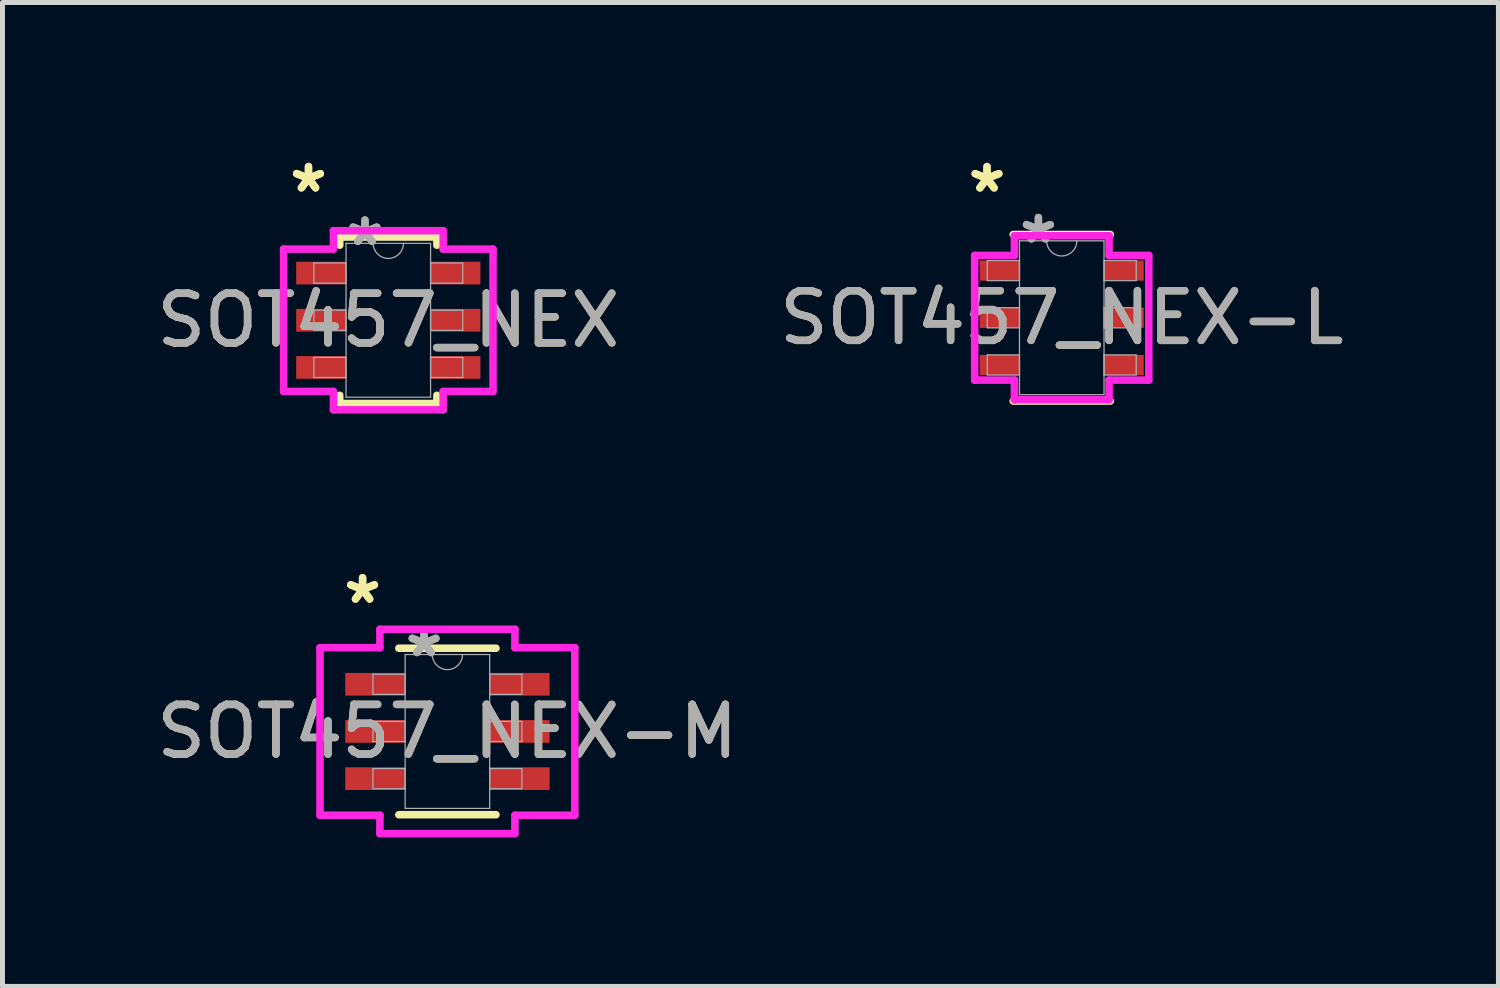
<source format=kicad_pcb>
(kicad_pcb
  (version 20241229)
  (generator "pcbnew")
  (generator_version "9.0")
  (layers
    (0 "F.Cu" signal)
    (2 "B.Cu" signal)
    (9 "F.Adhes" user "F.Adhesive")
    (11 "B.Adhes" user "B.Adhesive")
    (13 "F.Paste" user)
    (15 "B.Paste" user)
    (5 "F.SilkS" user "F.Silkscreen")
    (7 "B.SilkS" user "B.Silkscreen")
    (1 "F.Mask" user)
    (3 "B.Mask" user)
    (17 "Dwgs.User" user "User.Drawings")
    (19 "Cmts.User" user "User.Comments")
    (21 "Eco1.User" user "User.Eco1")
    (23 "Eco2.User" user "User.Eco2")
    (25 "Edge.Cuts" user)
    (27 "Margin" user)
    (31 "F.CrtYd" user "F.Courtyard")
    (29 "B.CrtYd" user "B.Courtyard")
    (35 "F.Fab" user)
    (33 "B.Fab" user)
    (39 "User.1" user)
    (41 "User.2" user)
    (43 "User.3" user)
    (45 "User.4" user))
  (footprint "SOT457_NEX"
    (layer "F.Cu")
    (at 4.768 3.398)
    (property "Reference" "SOT457_NEX" (at 0 0 0) (unlocked yes) (layer "F.SilkS") (effects (font (size 1 1) (thickness 0.15))))
    (attr smd)
    (fp_line (start -0.978 -1.676) (end -0.978 -1.511) (stroke (width 0.152) (type solid)) (layer "F.SilkS"))
    (fp_line (start -0.978 1.511) (end -0.978 1.676) (stroke (width 0.152) (type solid)) (layer "F.SilkS"))
    (fp_line (start -0.978 1.676) (end 0.978 1.676) (stroke (width 0.152) (type solid)) (layer "F.SilkS"))
    (fp_line (start 0.978 -1.676) (end -0.978 -1.676) (stroke (width 0.152) (type solid)) (layer "F.SilkS"))
    (fp_line (start 0.978 -1.511) (end 0.978 -1.676) (stroke (width 0.152) (type solid)) (layer "F.SilkS"))
    (fp_line (start 0.978 1.676) (end 0.978 1.511) (stroke (width 0.152) (type solid)) (layer "F.SilkS"))
    (fp_line (start -2.108 -1.433) (end -1.105 -1.433) (stroke (width 0.152) (type solid)) (layer "F.CrtYd"))
    (fp_line (start -2.108 1.433) (end -2.108 -1.433) (stroke (width 0.152) (type solid)) (layer "F.CrtYd"))
    (fp_line (start -2.108 1.433) (end -1.105 1.433) (stroke (width 0.152) (type solid)) (layer "F.CrtYd"))
    (fp_line (start -1.105 -1.803) (end 1.105 -1.803) (stroke (width 0.152) (type solid)) (layer "F.CrtYd"))
    (fp_line (start -1.105 -1.433) (end -1.105 -1.803) (stroke (width 0.152) (type solid)) (layer "F.CrtYd"))
    (fp_line (start -1.105 1.803) (end -1.105 1.433) (stroke (width 0.152) (type solid)) (layer "F.CrtYd"))
    (fp_line (start 1.105 -1.803) (end 1.105 -1.433) (stroke (width 0.152) (type solid)) (layer "F.CrtYd"))
    (fp_line (start 1.105 1.433) (end 1.105 1.803) (stroke (width 0.152) (type solid)) (layer "F.CrtYd"))
    (fp_line (start 1.105 1.803) (end -1.105 1.803) (stroke (width 0.152) (type solid)) (layer "F.CrtYd"))
    (fp_line (start 2.108 -1.433) (end 1.105 -1.433) (stroke (width 0.152) (type solid)) (layer "F.CrtYd"))
    (fp_line (start 2.108 -1.433) (end 2.108 1.433) (stroke (width 0.152) (type solid)) (layer "F.CrtYd"))
    (fp_line (start 2.108 1.433) (end 1.105 1.433) (stroke (width 0.152) (type solid)) (layer "F.CrtYd"))
    (fp_line (start -1.499 -1.153) (end -1.499 -0.747) (stroke (width 0.025) (type solid)) (layer "F.Fab"))
    (fp_line (start -1.499 -0.747) (end -0.851 -0.747) (stroke (width 0.025) (type solid)) (layer "F.Fab"))
    (fp_line (start -1.499 -0.203) (end -1.499 0.203) (stroke (width 0.025) (type solid)) (layer "F.Fab"))
    (fp_line (start -1.499 0.203) (end -0.851 0.203) (stroke (width 0.025) (type solid)) (layer "F.Fab"))
    (fp_line (start -1.499 0.747) (end -1.499 1.153) (stroke (width 0.025) (type solid)) (layer "F.Fab"))
    (fp_line (start -1.499 1.153) (end -0.851 1.153) (stroke (width 0.025) (type solid)) (layer "F.Fab"))
    (fp_line (start -0.851 -1.549) (end -0.851 1.549) (stroke (width 0.025) (type solid)) (layer "F.Fab"))
    (fp_line (start -0.851 -1.153) (end -1.499 -1.153) (stroke (width 0.025) (type solid)) (layer "F.Fab"))
    (fp_line (start -0.851 -0.747) (end -0.851 -1.153) (stroke (width 0.025) (type solid)) (layer "F.Fab"))
    (fp_line (start -0.851 -0.203) (end -1.499 -0.203) (stroke (width 0.025) (type solid)) (layer "F.Fab"))
    (fp_line (start -0.851 0.203) (end -0.851 -0.203) (stroke (width 0.025) (type solid)) (layer "F.Fab"))
    (fp_line (start -0.851 0.747) (end -1.499 0.747) (stroke (width 0.025) (type solid)) (layer "F.Fab"))
    (fp_line (start -0.851 1.153) (end -0.851 0.747) (stroke (width 0.025) (type solid)) (layer "F.Fab"))
    (fp_line (start -0.851 1.549) (end 0.851 1.549) (stroke (width 0.025) (type solid)) (layer "F.Fab"))
    (fp_line (start 0.851 -1.549) (end -0.851 -1.549) (stroke (width 0.025) (type solid)) (layer "F.Fab"))
    (fp_line (start 0.851 -1.153) (end 0.851 -0.747) (stroke (width 0.025) (type solid)) (layer "F.Fab"))
    (fp_line (start 0.851 -0.747) (end 1.499 -0.747) (stroke (width 0.025) (type solid)) (layer "F.Fab"))
    (fp_line (start 0.851 -0.203) (end 0.851 0.203) (stroke (width 0.025) (type solid)) (layer "F.Fab"))
    (fp_line (start 0.851 0.203) (end 1.499 0.203) (stroke (width 0.025) (type solid)) (layer "F.Fab"))
    (fp_line (start 0.851 0.747) (end 0.851 1.153) (stroke (width 0.025) (type solid)) (layer "F.Fab"))
    (fp_line (start 0.851 1.153) (end 1.499 1.153) (stroke (width 0.025) (type solid)) (layer "F.Fab"))
    (fp_line (start 0.851 1.549) (end 0.851 -1.549) (stroke (width 0.025) (type solid)) (layer "F.Fab"))
    (fp_line (start 1.499 -1.153) (end 0.851 -1.153) (stroke (width 0.025) (type solid)) (layer "F.Fab"))
    (fp_line (start 1.499 -0.747) (end 1.499 -1.153) (stroke (width 0.025) (type solid)) (layer "F.Fab"))
    (fp_line (start 1.499 -0.203) (end 0.851 -0.203) (stroke (width 0.025) (type solid)) (layer "F.Fab"))
    (fp_line (start 1.499 0.203) (end 1.499 -0.203) (stroke (width 0.025) (type solid)) (layer "F.Fab"))
    (fp_line (start 1.499 0.747) (end 0.851 0.747) (stroke (width 0.025) (type solid)) (layer "F.Fab"))
    (fp_line (start 1.499 1.153) (end 1.499 0.747) (stroke (width 0.025) (type solid)) (layer "F.Fab"))
    (fp_arc (start 0.3048 -1.5494) (mid 0 -1.2446) (end -0.3048 -1.5494) (stroke (width 0.0254) (type solid)) (layer "F.Fab"))
    (fp_text user "*" (at -1.607 -2.55 0) (layer "F.SilkS") (effects (font (size 1 1) (thickness 0.15))))
    (fp_text user "*" (at -1.607 -2.55 0) (unlocked yes) (layer "F.SilkS") (effects (font (size 1 1) (thickness 0.15))))
    (fp_text user "${REFERENCE}" (at 0 0 0) (unlocked yes) (layer "F.Fab") (effects (font (size 1 1) (thickness 0.15))))
    (fp_text user "*" (at -0.47 -1.473 0) (layer "F.Fab") (effects (font (size 1 1) (thickness 0.15))))
    (fp_text user "*" (at -0.47 -1.473 0) (unlocked yes) (layer "F.Fab") (effects (font (size 1 1) (thickness 0.15))))
    (pad "1" smd rect (at -1.353 -0.95) (size 1.003 0.457) (layers "F.Cu" "F.Mask" "F.Paste"))
    (pad "2" smd rect (at -1.353 0) (size 1.003 0.457) (layers "F.Cu" "F.Mask" "F.Paste"))
    (pad "3" smd rect (at -1.353 0.95) (size 1.003 0.457) (layers "F.Cu" "F.Mask" "F.Paste"))
    (pad "4" smd rect (at 1.353 0.95) (size 1.003 0.457) (layers "F.Cu" "F.Mask" "F.Paste"))
    (pad "5" smd rect (at 1.353 0) (size 1.003 0.457) (layers "F.Cu" "F.Mask" "F.Paste"))
    (pad "6" smd rect (at 1.353 -0.95) (size 1.003 0.457) (layers "F.Cu" "F.Mask" "F.Paste")))
  (footprint "SOT457_NEX-L"
    (layer "F.Cu")
    (at 18.327 3.348)
    (property "Reference" "SOT457_NEX-L" (at 0 0 0) (unlocked yes) (layer "F.SilkS") (effects (font (size 1 1) (thickness 0.15))))
    (attr smd)
    (fp_line (start -0.978 1.676) (end 0.978 1.676) (stroke (width 0.152) (type solid)) (layer "F.SilkS"))
    (fp_line (start 0.978 -1.676) (end -0.978 -1.676) (stroke (width 0.152) (type solid)) (layer "F.SilkS"))
    (fp_line (start -1.753 -1.255) (end -0.953 -1.255) (stroke (width 0.152) (type solid)) (layer "F.CrtYd"))
    (fp_line (start -1.753 1.255) (end -1.753 -1.255) (stroke (width 0.152) (type solid)) (layer "F.CrtYd"))
    (fp_line (start -1.753 1.255) (end -0.953 1.255) (stroke (width 0.152) (type solid)) (layer "F.CrtYd"))
    (fp_line (start -0.953 -1.651) (end 0.953 -1.651) (stroke (width 0.152) (type solid)) (layer "F.CrtYd"))
    (fp_line (start -0.953 -1.255) (end -0.953 -1.651) (stroke (width 0.152) (type solid)) (layer "F.CrtYd"))
    (fp_line (start -0.953 1.651) (end -0.953 1.255) (stroke (width 0.152) (type solid)) (layer "F.CrtYd"))
    (fp_line (start 0.953 -1.651) (end 0.953 -1.255) (stroke (width 0.152) (type solid)) (layer "F.CrtYd"))
    (fp_line (start 0.953 1.255) (end 0.953 1.651) (stroke (width 0.152) (type solid)) (layer "F.CrtYd"))
    (fp_line (start 0.953 1.651) (end -0.953 1.651) (stroke (width 0.152) (type solid)) (layer "F.CrtYd"))
    (fp_line (start 1.753 -1.255) (end 0.953 -1.255) (stroke (width 0.152) (type solid)) (layer "F.CrtYd"))
    (fp_line (start 1.753 -1.255) (end 1.753 1.255) (stroke (width 0.152) (type solid)) (layer "F.CrtYd"))
    (fp_line (start 1.753 1.255) (end 0.953 1.255) (stroke (width 0.152) (type solid)) (layer "F.CrtYd"))
    (fp_line (start -1.499 -1.153) (end -1.499 -0.747) (stroke (width 0.025) (type solid)) (layer "F.Fab"))
    (fp_line (start -1.499 -0.747) (end -0.851 -0.747) (stroke (width 0.025) (type solid)) (layer "F.Fab"))
    (fp_line (start -1.499 -0.203) (end -1.499 0.203) (stroke (width 0.025) (type solid)) (layer "F.Fab"))
    (fp_line (start -1.499 0.203) (end -0.851 0.203) (stroke (width 0.025) (type solid)) (layer "F.Fab"))
    (fp_line (start -1.499 0.747) (end -1.499 1.153) (stroke (width 0.025) (type solid)) (layer "F.Fab"))
    (fp_line (start -1.499 1.153) (end -0.851 1.153) (stroke (width 0.025) (type solid)) (layer "F.Fab"))
    (fp_line (start -0.851 -1.549) (end -0.851 1.549) (stroke (width 0.025) (type solid)) (layer "F.Fab"))
    (fp_line (start -0.851 -1.153) (end -1.499 -1.153) (stroke (width 0.025) (type solid)) (layer "F.Fab"))
    (fp_line (start -0.851 -0.747) (end -0.851 -1.153) (stroke (width 0.025) (type solid)) (layer "F.Fab"))
    (fp_line (start -0.851 -0.203) (end -1.499 -0.203) (stroke (width 0.025) (type solid)) (layer "F.Fab"))
    (fp_line (start -0.851 0.203) (end -0.851 -0.203) (stroke (width 0.025) (type solid)) (layer "F.Fab"))
    (fp_line (start -0.851 0.747) (end -1.499 0.747) (stroke (width 0.025) (type solid)) (layer "F.Fab"))
    (fp_line (start -0.851 1.153) (end -0.851 0.747) (stroke (width 0.025) (type solid)) (layer "F.Fab"))
    (fp_line (start -0.851 1.549) (end 0.851 1.549) (stroke (width 0.025) (type solid)) (layer "F.Fab"))
    (fp_line (start 0.851 -1.549) (end -0.851 -1.549) (stroke (width 0.025) (type solid)) (layer "F.Fab"))
    (fp_line (start 0.851 -1.153) (end 0.851 -0.747) (stroke (width 0.025) (type solid)) (layer "F.Fab"))
    (fp_line (start 0.851 -0.747) (end 1.499 -0.747) (stroke (width 0.025) (type solid)) (layer "F.Fab"))
    (fp_line (start 0.851 -0.203) (end 0.851 0.203) (stroke (width 0.025) (type solid)) (layer "F.Fab"))
    (fp_line (start 0.851 0.203) (end 1.499 0.203) (stroke (width 0.025) (type solid)) (layer "F.Fab"))
    (fp_line (start 0.851 0.747) (end 0.851 1.153) (stroke (width 0.025) (type solid)) (layer "F.Fab"))
    (fp_line (start 0.851 1.153) (end 1.499 1.153) (stroke (width 0.025) (type solid)) (layer "F.Fab"))
    (fp_line (start 0.851 1.549) (end 0.851 -1.549) (stroke (width 0.025) (type solid)) (layer "F.Fab"))
    (fp_line (start 1.499 -1.153) (end 0.851 -1.153) (stroke (width 0.025) (type solid)) (layer "F.Fab"))
    (fp_line (start 1.499 -0.747) (end 1.499 -1.153) (stroke (width 0.025) (type solid)) (layer "F.Fab"))
    (fp_line (start 1.499 -0.203) (end 0.851 -0.203) (stroke (width 0.025) (type solid)) (layer "F.Fab"))
    (fp_line (start 1.499 0.203) (end 1.499 -0.203) (stroke (width 0.025) (type solid)) (layer "F.Fab"))
    (fp_line (start 1.499 0.747) (end 0.851 0.747) (stroke (width 0.025) (type solid)) (layer "F.Fab"))
    (fp_line (start 1.499 1.153) (end 1.499 0.747) (stroke (width 0.025) (type solid)) (layer "F.Fab"))
    (fp_arc (start 0.3048 -1.5494) (mid 0 -1.2446) (end -0.3048 -1.5494) (stroke (width 0.0254) (type solid)) (layer "F.Fab"))
    (fp_text user "*" (at -1.505 -2.499 0) (unlocked yes) (layer "F.SilkS") (effects (font (size 1 1) (thickness 0.15))))
    (fp_text user "*" (at -1.505 -2.499 0) (layer "F.SilkS") (effects (font (size 1 1) (thickness 0.15))))
    (fp_text user "${REFERENCE}" (at 0 0 0) (unlocked yes) (layer "F.Fab") (effects (font (size 1 1) (thickness 0.15))))
    (fp_text user "*" (at -0.47 -1.473 0) (layer "F.Fab") (effects (font (size 1 1) (thickness 0.15))))
    (fp_text user "*" (at -0.47 -1.473 0) (unlocked yes) (layer "F.Fab") (effects (font (size 1 1) (thickness 0.15))))
    (pad "1" smd rect (at -1.251 -0.95) (size 0.8 0.406) (layers "F.Cu" "F.Mask" "F.Paste"))
    (pad "2" smd rect (at -1.251 0) (size 0.8 0.406) (layers "F.Cu" "F.Mask" "F.Paste"))
    (pad "3" smd rect (at -1.251 0.95) (size 0.8 0.406) (layers "F.Cu" "F.Mask" "F.Paste"))
    (pad "4" smd rect (at 1.251 0.95) (size 0.8 0.406) (layers "F.Cu" "F.Mask" "F.Paste"))
    (pad "5" smd rect (at 1.251 0) (size 0.8 0.406) (layers "F.Cu" "F.Mask" "F.Paste"))
    (pad "6" smd rect (at 1.251 -0.95) (size 0.8 0.406) (layers "F.Cu" "F.Mask" "F.Paste")))
  (footprint "SOT457_NEX-M"
    (layer "F.Cu")
    (at 5.958 11.677)
    (property "Reference" "SOT457_NEX-M" (at 0 0 0) (unlocked yes) (layer "F.SilkS") (effects (font (size 1 1) (thickness 0.15))))
    (attr smd)
    (fp_line (start -0.978 1.676) (end 0.978 1.676) (stroke (width 0.152) (type solid)) (layer "F.SilkS"))
    (fp_line (start 0.978 -1.676) (end -0.978 -1.676) (stroke (width 0.152) (type solid)) (layer "F.SilkS"))
    (fp_line (start -2.565 -1.687) (end -1.359 -1.687) (stroke (width 0.152) (type solid)) (layer "F.CrtYd"))
    (fp_line (start -2.565 1.687) (end -2.565 -1.687) (stroke (width 0.152) (type solid)) (layer "F.CrtYd"))
    (fp_line (start -2.565 1.687) (end -1.359 1.687) (stroke (width 0.152) (type solid)) (layer "F.CrtYd"))
    (fp_line (start -1.359 -2.057) (end 1.359 -2.057) (stroke (width 0.152) (type solid)) (layer "F.CrtYd"))
    (fp_line (start -1.359 -1.687) (end -1.359 -2.057) (stroke (width 0.152) (type solid)) (layer "F.CrtYd"))
    (fp_line (start -1.359 2.057) (end -1.359 1.687) (stroke (width 0.152) (type solid)) (layer "F.CrtYd"))
    (fp_line (start 1.359 -2.057) (end 1.359 -1.687) (stroke (width 0.152) (type solid)) (layer "F.CrtYd"))
    (fp_line (start 1.359 1.687) (end 1.359 2.057) (stroke (width 0.152) (type solid)) (layer "F.CrtYd"))
    (fp_line (start 1.359 2.057) (end -1.359 2.057) (stroke (width 0.152) (type solid)) (layer "F.CrtYd"))
    (fp_line (start 2.565 -1.687) (end 1.359 -1.687) (stroke (width 0.152) (type solid)) (layer "F.CrtYd"))
    (fp_line (start 2.565 -1.687) (end 2.565 1.687) (stroke (width 0.152) (type solid)) (layer "F.CrtYd"))
    (fp_line (start 2.565 1.687) (end 1.359 1.687) (stroke (width 0.152) (type solid)) (layer "F.CrtYd"))
    (fp_line (start -1.499 -1.153) (end -1.499 -0.747) (stroke (width 0.025) (type solid)) (layer "F.Fab"))
    (fp_line (start -1.499 -0.747) (end -0.851 -0.747) (stroke (width 0.025) (type solid)) (layer "F.Fab"))
    (fp_line (start -1.499 -0.203) (end -1.499 0.203) (stroke (width 0.025) (type solid)) (layer "F.Fab"))
    (fp_line (start -1.499 0.203) (end -0.851 0.203) (stroke (width 0.025) (type solid)) (layer "F.Fab"))
    (fp_line (start -1.499 0.747) (end -1.499 1.153) (stroke (width 0.025) (type solid)) (layer "F.Fab"))
    (fp_line (start -1.499 1.153) (end -0.851 1.153) (stroke (width 0.025) (type solid)) (layer "F.Fab"))
    (fp_line (start -0.851 -1.549) (end -0.851 1.549) (stroke (width 0.025) (type solid)) (layer "F.Fab"))
    (fp_line (start -0.851 -1.153) (end -1.499 -1.153) (stroke (width 0.025) (type solid)) (layer "F.Fab"))
    (fp_line (start -0.851 -0.747) (end -0.851 -1.153) (stroke (width 0.025) (type solid)) (layer "F.Fab"))
    (fp_line (start -0.851 -0.203) (end -1.499 -0.203) (stroke (width 0.025) (type solid)) (layer "F.Fab"))
    (fp_line (start -0.851 0.203) (end -0.851 -0.203) (stroke (width 0.025) (type solid)) (layer "F.Fab"))
    (fp_line (start -0.851 0.747) (end -1.499 0.747) (stroke (width 0.025) (type solid)) (layer "F.Fab"))
    (fp_line (start -0.851 1.153) (end -0.851 0.747) (stroke (width 0.025) (type solid)) (layer "F.Fab"))
    (fp_line (start -0.851 1.549) (end 0.851 1.549) (stroke (width 0.025) (type solid)) (layer "F.Fab"))
    (fp_line (start 0.851 -1.549) (end -0.851 -1.549) (stroke (width 0.025) (type solid)) (layer "F.Fab"))
    (fp_line (start 0.851 -1.153) (end 0.851 -0.747) (stroke (width 0.025) (type solid)) (layer "F.Fab"))
    (fp_line (start 0.851 -0.747) (end 1.499 -0.747) (stroke (width 0.025) (type solid)) (layer "F.Fab"))
    (fp_line (start 0.851 -0.203) (end 0.851 0.203) (stroke (width 0.025) (type solid)) (layer "F.Fab"))
    (fp_line (start 0.851 0.203) (end 1.499 0.203) (stroke (width 0.025) (type solid)) (layer "F.Fab"))
    (fp_line (start 0.851 0.747) (end 0.851 1.153) (stroke (width 0.025) (type solid)) (layer "F.Fab"))
    (fp_line (start 0.851 1.153) (end 1.499 1.153) (stroke (width 0.025) (type solid)) (layer "F.Fab"))
    (fp_line (start 0.851 1.549) (end 0.851 -1.549) (stroke (width 0.025) (type solid)) (layer "F.Fab"))
    (fp_line (start 1.499 -1.153) (end 0.851 -1.153) (stroke (width 0.025) (type solid)) (layer "F.Fab"))
    (fp_line (start 1.499 -0.747) (end 1.499 -1.153) (stroke (width 0.025) (type solid)) (layer "F.Fab"))
    (fp_line (start 1.499 -0.203) (end 0.851 -0.203) (stroke (width 0.025) (type solid)) (layer "F.Fab"))
    (fp_line (start 1.499 0.203) (end 1.499 -0.203) (stroke (width 0.025) (type solid)) (layer "F.Fab"))
    (fp_line (start 1.499 0.747) (end 0.851 0.747) (stroke (width 0.025) (type solid)) (layer "F.Fab"))
    (fp_line (start 1.499 1.153) (end 1.499 0.747) (stroke (width 0.025) (type solid)) (layer "F.Fab"))
    (fp_arc (start 0.3048 -1.5494) (mid 0 -1.2446) (end -0.3048 -1.5494) (stroke (width 0.0254) (type solid)) (layer "F.Fab"))
    (fp_text user "*" (at -1.708 -2.55 0) (unlocked yes) (layer "F.SilkS") (effects (font (size 1 1) (thickness 0.15))))
    (fp_text user "*" (at -1.708 -2.55 0) (layer "F.SilkS") (effects (font (size 1 1) (thickness 0.15))))
    (fp_text user "*" (at -0.47 -1.473 0) (unlocked yes) (layer "F.Fab") (effects (font (size 1 1) (thickness 0.15))))
    (fp_text user "${REFERENCE}" (at 0 0 0) (unlocked yes) (layer "F.Fab") (effects (font (size 1 1) (thickness 0.15))))
    (fp_text user "*" (at -0.47 -1.473 0) (layer "F.Fab") (effects (font (size 1 1) (thickness 0.15))))
    (pad "1" smd rect (at -1.454 -0.95) (size 1.206 0.457) (layers "F.Cu" "F.Mask" "F.Paste"))
    (pad "2" smd rect (at -1.454 0) (size 1.206 0.457) (layers "F.Cu" "F.Mask" "F.Paste"))
    (pad "3" smd rect (at -1.454 0.95) (size 1.206 0.457) (layers "F.Cu" "F.Mask" "F.Paste"))
    (pad "4" smd rect (at 1.454 0.95) (size 1.206 0.457) (layers "F.Cu" "F.Mask" "F.Paste"))
    (pad "5" smd rect (at 1.454 0) (size 1.206 0.457) (layers "F.Cu" "F.Mask" "F.Paste"))
    (pad "6" smd rect (at 1.454 -0.95) (size 1.206 0.457) (layers "F.Cu" "F.Mask" "F.Paste")))
  (gr_rect
    (start -3 -3)
    (end 27.119 16.81)
    (stroke (width 0.1) (type default))
    (fill no)
    (layer "Edge.Cuts")))
</source>
